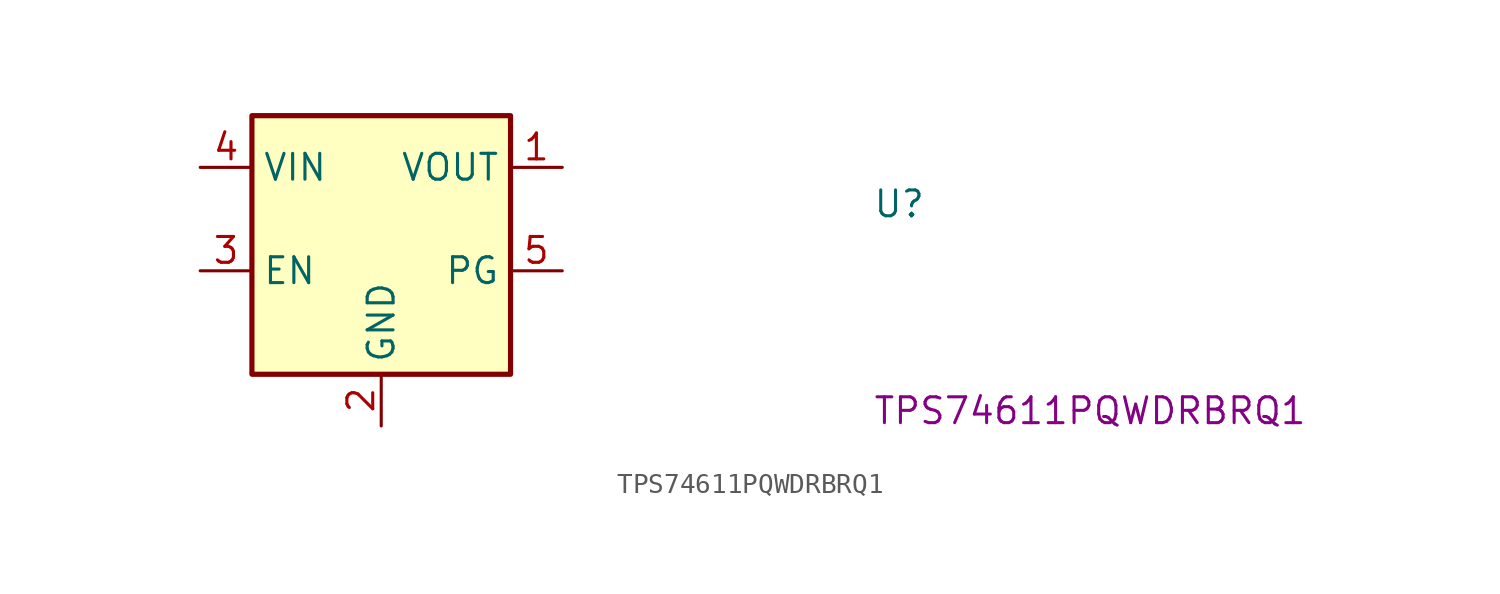
<source format=kicad_sym>
(kicad_symbol_lib
  (version 20220914)
  (generator kicad_symbol_editor)
  (symbol "TPS74611PQWDRBRQ1"
    (property "Reference" "U"
      (at 33.02 -2.54 0)
      (effects (font (size 1.27 1.27) (thickness 0.15)) (justify left bottom)))
    (property "MPN" "TPS74611PQWDRBRQ1"
      (at 33.02 -12.7 0)
      (effects (font (size 1.27 1.27) (thickness 0.15)) (justify left bottom)))
    (symbol "TPS74611PQWDRBRQ1_1_1"
      (rectangle (start 2.54 2.54) (end 15.24 -10.16) (stroke (width 0.254) (type default)) (fill (type background)))
      (pin power_out line (at 17.78 0 180) (length 2.54) (name "VOUT" (effects (font (size 1.27 1.27)))) (number "1" (effects (font (size 1.27 1.27)))))
      (pin power_in line (at 8.89 -12.7 90) (length 2.54) (name "GND" (effects (font (size 1.27 1.27)))) (number "2" (effects (font (size 1.27 1.27)))))
      (pin input line (at 0 -5.08 0) (length 2.54) (name "EN" (effects (font (size 1.27 1.27)))) (number "3" (effects (font (size 1.27 1.27)))))
      (pin input line (at 0 0 0) (length 2.54) (name "VIN" (effects (font (size 1.27 1.27)))) (number "4" (effects (font (size 1.27 1.27)))))
      (pin passive line (at 17.78 -5.08 180) (length 2.54) (name "PG" (effects (font (size 1.27 1.27)))) (number "5" (effects (font (size 1.27 1.27))))))))
</source>
